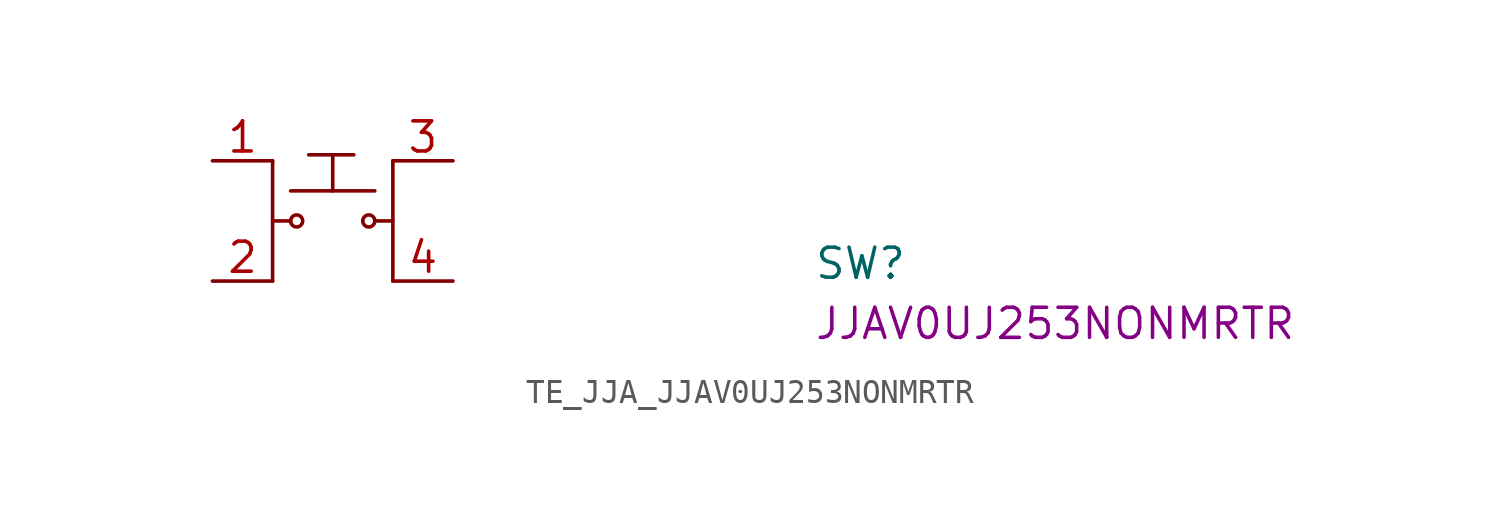
<source format=kicad_sym>
(kicad_symbol_lib
  (version 20220914)
  (generator kicad_symbol_editor)
  (symbol "TE_JJA_JJAV0UJ253NONMRTR"
    (pin_names hide)
    (property "Reference" "SW"
      (at 25.4 -5.08 0)
      (effects (font (size 1.27 1.27) (thickness 0.15)) (justify left bottom)))
    (property "MPN" "JJAV0UJ253NONMRTR"
      (at 25.4 -7.62 0)
      (effects (font (size 1.27 1.27) (thickness 0.15)) (justify left bottom)))
    (symbol "TE_JJA_JJAV0UJ253NONMRTR_1_1"
      (polyline (pts (xy 2.54 0) (xy 2.54 -5.08)) (stroke (width 0) (type default)) (fill (type none)))
      (polyline (pts (xy 3.302 -2.54) (xy 2.54 -2.54)) (stroke (width 0) (type default)) (fill (type none)))
      (polyline (pts (xy 3.302 -1.27) (xy 6.858 -1.27)) (stroke (width 0) (type default)) (fill (type none)))
      (polyline (pts (xy 4.064 0.254) (xy 5.969 0.254)) (stroke (width 0) (type default)) (fill (type none)))
      (polyline (pts (xy 5.08 0.254) (xy 5.08 -1.27)) (stroke (width 0) (type default)) (fill (type none)))
      (polyline (pts (xy 7.62 -5.08) (xy 7.62 0)) (stroke (width 0) (type default)) (fill (type none)))
      (polyline (pts (xy 7.62 -2.54) (xy 6.858 -2.54)) (stroke (width 0) (type default)) (fill (type none)))
      (circle (center 3.556 -2.54) (radius 0.254) (stroke (width 0) (type default)) (fill (type none)))
      (circle (center 6.604 -2.54) (radius 0.254) (stroke (width 0) (type default)) (fill (type none)))
      (pin passive line (at 0 0 0) (length 2.54) (name "1" (effects (font (size 1.27 1.27)))) (number "1" (effects (font (size 1.27 1.27)))))
      (pin passive line (at 0 -5.08 0) (length 2.54) (name "2" (effects (font (size 1.27 1.27)))) (number "2" (effects (font (size 1.27 1.27)))))
      (pin passive line (at 10.16 0 180) (length 2.54) (name "3" (effects (font (size 1.27 1.27)))) (number "3" (effects (font (size 1.27 1.27)))))
      (pin passive line (at 10.16 -5.08 180) (length 2.54) (name "4" (effects (font (size 1.27 1.27)))) (number "4" (effects (font (size 1.27 1.27))))))))
</source>
